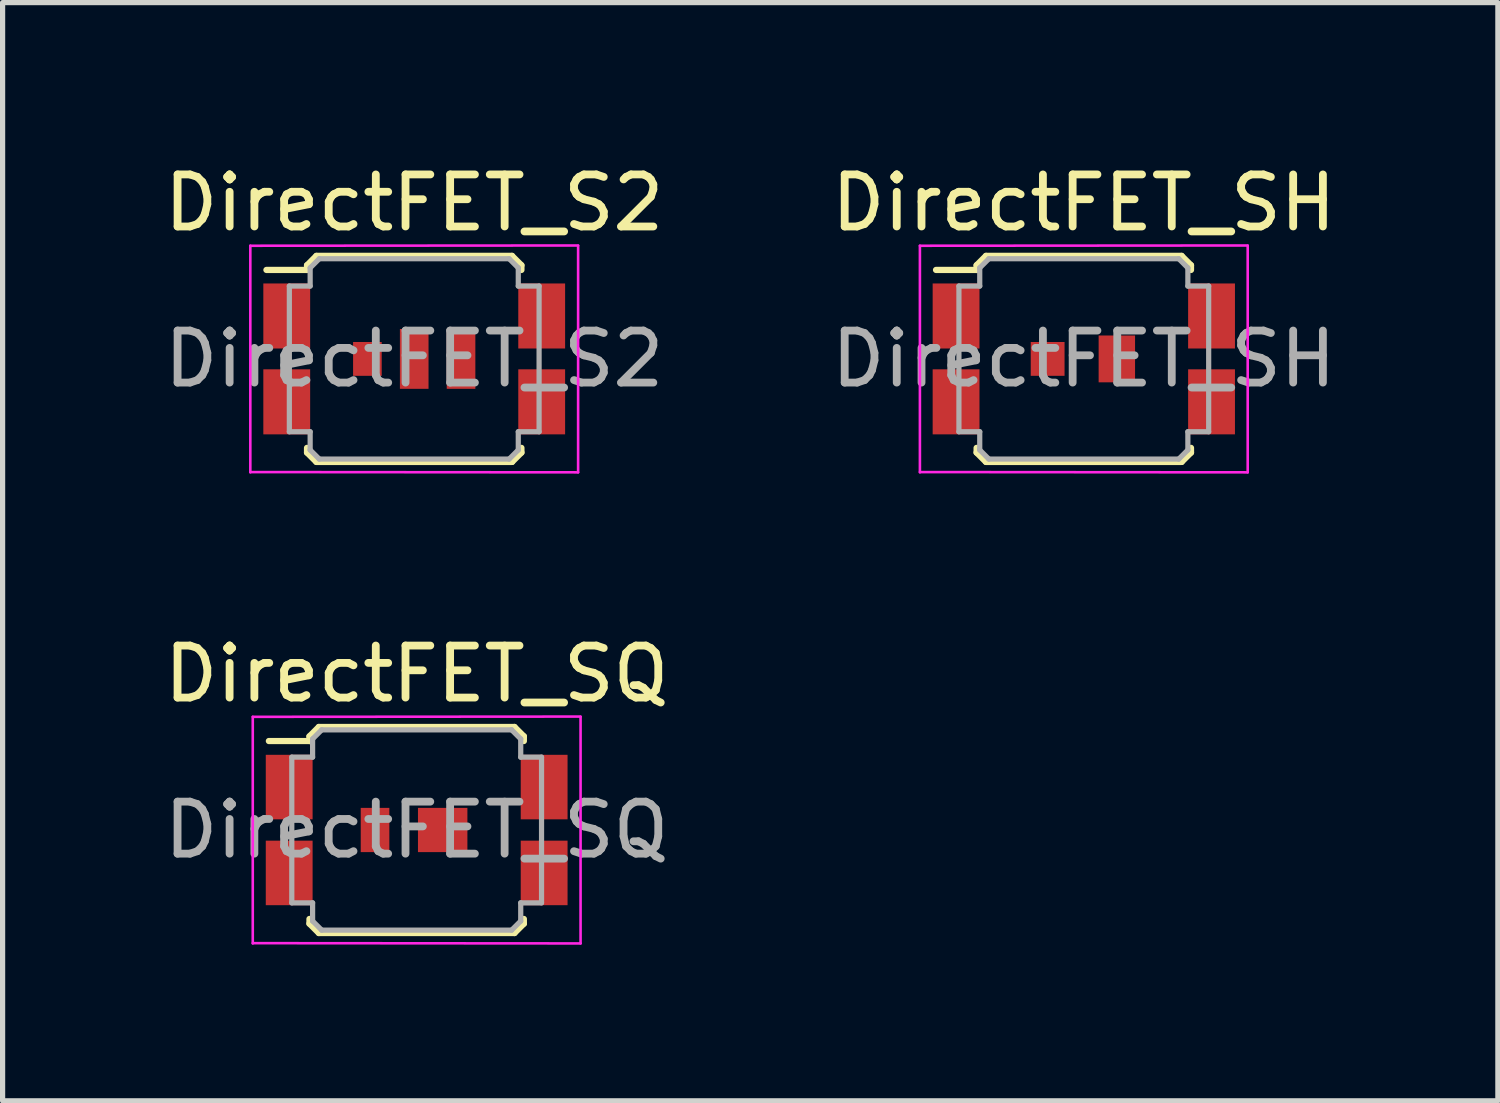
<source format=kicad_pcb>
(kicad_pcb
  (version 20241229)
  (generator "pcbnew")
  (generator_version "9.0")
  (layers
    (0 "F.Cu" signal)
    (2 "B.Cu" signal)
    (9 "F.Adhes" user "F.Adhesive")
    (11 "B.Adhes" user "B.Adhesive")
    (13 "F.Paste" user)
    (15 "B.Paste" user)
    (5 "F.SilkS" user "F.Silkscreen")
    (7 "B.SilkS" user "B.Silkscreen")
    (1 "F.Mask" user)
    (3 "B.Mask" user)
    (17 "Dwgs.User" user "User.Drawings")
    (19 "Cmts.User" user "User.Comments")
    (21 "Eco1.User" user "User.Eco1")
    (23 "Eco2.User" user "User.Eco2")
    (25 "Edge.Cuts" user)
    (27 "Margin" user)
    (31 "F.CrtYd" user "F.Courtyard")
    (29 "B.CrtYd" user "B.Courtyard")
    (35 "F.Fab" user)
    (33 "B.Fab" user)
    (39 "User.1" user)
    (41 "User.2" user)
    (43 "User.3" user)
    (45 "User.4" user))
  (footprint "DirectFET_SH"
    (layer "F.Cu")
    (at 17.78 3.848)
    (property "Reference" "DirectFET_SH" (at 0 -3 0) (layer "F.SilkS") (effects (font (size 1 1) (thickness 0.15))))
    (attr smd)
    (fp_line (start -2.84 -1.71) (end -2.06 -1.71) (stroke (width 0.12) (type solid)) (layer "F.SilkS"))
    (fp_line (start -2.06 -1.8) (end -1.88 -1.98) (stroke (width 0.12) (type solid)) (layer "F.SilkS"))
    (fp_line (start -2.06 -1.71) (end -2.06 -1.8) (stroke (width 0.12) (type solid)) (layer "F.SilkS"))
    (fp_line (start -2.06 1.71) (end -2.06 1.8) (stroke (width 0.12) (type solid)) (layer "F.SilkS"))
    (fp_line (start -2.06 1.8) (end -1.88 1.98) (stroke (width 0.12) (type solid)) (layer "F.SilkS"))
    (fp_line (start -1.88 -1.98) (end 1.88 -1.98) (stroke (width 0.12) (type solid)) (layer "F.SilkS"))
    (fp_line (start -1.88 1.98) (end 1.88 1.98) (stroke (width 0.12) (type solid)) (layer "F.SilkS"))
    (fp_line (start 2.06 -1.8) (end 1.88 -1.98) (stroke (width 0.12) (type solid)) (layer "F.SilkS"))
    (fp_line (start 2.06 -1.71) (end 2.06 -1.8) (stroke (width 0.12) (type solid)) (layer "F.SilkS"))
    (fp_line (start 2.06 1.71) (end 2.06 1.8) (stroke (width 0.12) (type solid)) (layer "F.SilkS"))
    (fp_line (start 2.06 1.8) (end 1.88 1.98) (stroke (width 0.12) (type solid)) (layer "F.SilkS"))
    (fp_line (start -3.15 -2.175) (end -3.15 2.18) (stroke (width 0.05) (type solid)) (layer "F.CrtYd"))
    (fp_line (start -3.15 -2.175) (end 3.15 -2.18) (stroke (width 0.05) (type solid)) (layer "F.CrtYd"))
    (fp_line (start -3.15 2.175) (end 3.15 2.18) (stroke (width 0.05) (type solid)) (layer "F.CrtYd"))
    (fp_line (start 3.15 -2.175) (end 3.15 2.18) (stroke (width 0.05) (type solid)) (layer "F.CrtYd"))
    (fp_line (start -2.4 -1.4) (end -2 -1.4) (stroke (width 0.1) (type solid)) (layer "F.Fab"))
    (fp_line (start -2.4 1.4) (end -2.4 -1.4) (stroke (width 0.1) (type solid)) (layer "F.Fab"))
    (fp_line (start -2.4 1.4) (end -2 1.4) (stroke (width 0.1) (type solid)) (layer "F.Fab"))
    (fp_line (start -2 -1.75) (end -1.825 -1.925) (stroke (width 0.1) (type solid)) (layer "F.Fab"))
    (fp_line (start -2 -1.4) (end -2 -1.75) (stroke (width 0.1) (type solid)) (layer "F.Fab"))
    (fp_line (start -2 1.4) (end -2 1.75) (stroke (width 0.1) (type solid)) (layer "F.Fab"))
    (fp_line (start -2 1.75) (end -1.825 1.925) (stroke (width 0.1) (type solid)) (layer "F.Fab"))
    (fp_line (start -1.825 -1.925) (end 1.825 -1.925) (stroke (width 0.1) (type solid)) (layer "F.Fab"))
    (fp_line (start -1.825 1.925) (end 1.825 1.925) (stroke (width 0.1) (type solid)) (layer "F.Fab"))
    (fp_line (start 1.825 -1.925) (end 2 -1.75) (stroke (width 0.1) (type solid)) (layer "F.Fab"))
    (fp_line (start 1.825 1.925) (end 2 1.75) (stroke (width 0.1) (type solid)) (layer "F.Fab"))
    (fp_line (start 2 -1.4) (end 2 -1.75) (stroke (width 0.1) (type solid)) (layer "F.Fab"))
    (fp_line (start 2 1.4) (end 2 1.75) (stroke (width 0.1) (type solid)) (layer "F.Fab"))
    (fp_line (start 2.4 -1.4) (end 2 -1.4) (stroke (width 0.1) (type solid)) (layer "F.Fab"))
    (fp_line (start 2.4 1.4) (end 2 1.4) (stroke (width 0.1) (type solid)) (layer "F.Fab"))
    (fp_line (start 2.4 1.4) (end 2.4 -1.4) (stroke (width 0.1) (type solid)) (layer "F.Fab"))
    (fp_text user "${REFERENCE}" (at 0 0 0) (layer "F.Fab") (effects (font (size 1 1) (thickness 0.15))))
    (pad "1" smd rect (at -2.455 -0.825) (size 0.9 1.25) (layers "F.Cu" "F.Mask" "F.Paste"))
    (pad "1" smd rect (at -2.455 0.825) (size 0.9 1.25) (layers "F.Cu" "F.Mask" "F.Paste"))
    (pad "1" smd rect (at 2.455 -0.825) (size 0.9 1.25) (layers "F.Cu" "F.Mask" "F.Paste"))
    (pad "1" smd rect (at 2.455 0.825) (size 0.9 1.25) (layers "F.Cu" "F.Mask" "F.Paste"))
    (pad "2" smd rect (at -0.695 0) (size 0.65 0.65) (layers "F.Cu" "F.Mask" "F.Paste"))
    (pad "3" smd rect (at 0.635 0) (size 0.7 0.9) (layers "F.Cu" "F.Mask" "F.Paste")))
  (footprint "DirectFET_SQ"
    (layer "F.Cu")
    (at 4.958 12.902)
    (property "Reference" "DirectFET_SQ" (at 0 -3 0) (layer "F.SilkS") (effects (font (size 1 1) (thickness 0.15))))
    (attr smd)
    (fp_line (start -2.84 -1.71) (end -2.06 -1.71) (stroke (width 0.12) (type solid)) (layer "F.SilkS"))
    (fp_line (start -2.06 -1.8) (end -1.88 -1.98) (stroke (width 0.12) (type solid)) (layer "F.SilkS"))
    (fp_line (start -2.06 -1.71) (end -2.06 -1.8) (stroke (width 0.12) (type solid)) (layer "F.SilkS"))
    (fp_line (start -2.06 1.71) (end -2.06 1.8) (stroke (width 0.12) (type solid)) (layer "F.SilkS"))
    (fp_line (start -2.06 1.8) (end -1.88 1.98) (stroke (width 0.12) (type solid)) (layer "F.SilkS"))
    (fp_line (start -1.88 -1.98) (end 1.88 -1.98) (stroke (width 0.12) (type solid)) (layer "F.SilkS"))
    (fp_line (start -1.88 1.98) (end 1.88 1.98) (stroke (width 0.12) (type solid)) (layer "F.SilkS"))
    (fp_line (start 2.06 -1.8) (end 1.88 -1.98) (stroke (width 0.12) (type solid)) (layer "F.SilkS"))
    (fp_line (start 2.06 -1.71) (end 2.06 -1.8) (stroke (width 0.12) (type solid)) (layer "F.SilkS"))
    (fp_line (start 2.06 1.71) (end 2.06 1.8) (stroke (width 0.12) (type solid)) (layer "F.SilkS"))
    (fp_line (start 2.06 1.8) (end 1.88 1.98) (stroke (width 0.12) (type solid)) (layer "F.SilkS"))
    (fp_line (start -3.15 -2.175) (end -3.15 2.18) (stroke (width 0.05) (type solid)) (layer "F.CrtYd"))
    (fp_line (start -3.15 -2.175) (end 3.15 -2.18) (stroke (width 0.05) (type solid)) (layer "F.CrtYd"))
    (fp_line (start -3.15 2.175) (end 3.15 2.18) (stroke (width 0.05) (type solid)) (layer "F.CrtYd"))
    (fp_line (start 3.15 -2.175) (end 3.15 2.18) (stroke (width 0.05) (type solid)) (layer "F.CrtYd"))
    (fp_line (start -2.4 -1.4) (end -2 -1.4) (stroke (width 0.1) (type solid)) (layer "F.Fab"))
    (fp_line (start -2.4 1.4) (end -2.4 -1.4) (stroke (width 0.1) (type solid)) (layer "F.Fab"))
    (fp_line (start -2.4 1.4) (end -2 1.4) (stroke (width 0.1) (type solid)) (layer "F.Fab"))
    (fp_line (start -2 -1.75) (end -1.825 -1.925) (stroke (width 0.1) (type solid)) (layer "F.Fab"))
    (fp_line (start -2 -1.4) (end -2 -1.75) (stroke (width 0.1) (type solid)) (layer "F.Fab"))
    (fp_line (start -2 1.4) (end -2 1.75) (stroke (width 0.1) (type solid)) (layer "F.Fab"))
    (fp_line (start -2 1.75) (end -1.825 1.925) (stroke (width 0.1) (type solid)) (layer "F.Fab"))
    (fp_line (start -1.825 -1.925) (end 1.825 -1.925) (stroke (width 0.1) (type solid)) (layer "F.Fab"))
    (fp_line (start -1.825 1.925) (end 1.825 1.925) (stroke (width 0.1) (type solid)) (layer "F.Fab"))
    (fp_line (start 1.825 -1.925) (end 2 -1.75) (stroke (width 0.1) (type solid)) (layer "F.Fab"))
    (fp_line (start 1.825 1.925) (end 2 1.75) (stroke (width 0.1) (type solid)) (layer "F.Fab"))
    (fp_line (start 2 -1.4) (end 2 -1.75) (stroke (width 0.1) (type solid)) (layer "F.Fab"))
    (fp_line (start 2 1.4) (end 2 1.75) (stroke (width 0.1) (type solid)) (layer "F.Fab"))
    (fp_line (start 2.4 -1.4) (end 2 -1.4) (stroke (width 0.1) (type solid)) (layer "F.Fab"))
    (fp_line (start 2.4 1.4) (end 2 1.4) (stroke (width 0.1) (type solid)) (layer "F.Fab"))
    (fp_line (start 2.4 1.4) (end 2.4 -1.4) (stroke (width 0.1) (type solid)) (layer "F.Fab"))
    (fp_text user "${REFERENCE}" (at 0 0 0) (layer "F.Fab") (effects (font (size 1 1) (thickness 0.15))))
    (pad "1" smd rect (at -2.45 -0.825) (size 0.9 1.24) (layers "F.Cu" "F.Mask" "F.Paste"))
    (pad "1" smd rect (at -2.45 0.825) (size 0.9 1.24) (layers "F.Cu" "F.Mask" "F.Paste"))
    (pad "1" smd rect (at 2.45 -0.825) (size 0.9 1.24) (layers "F.Cu" "F.Mask" "F.Paste"))
    (pad "1" smd rect (at 2.45 0.825) (size 0.9 1.24) (layers "F.Cu" "F.Mask" "F.Paste"))
    (pad "2" smd rect (at -0.8 0) (size 0.55 0.85) (layers "F.Cu" "F.Mask" "F.Paste"))
    (pad "3" smd rect (at 0.5 0) (size 0.95 0.85) (layers "F.Cu" "F.Mask" "F.Paste")))
  (footprint "DirectFET_S2"
    (layer "F.Cu")
    (at 4.911 3.848)
    (property "Reference" "DirectFET_S2" (at 0 -3 0) (layer "F.SilkS") (effects (font (size 1 1) (thickness 0.15))))
    (attr smd)
    (fp_line (start -2.84 -1.71) (end -2.06 -1.71) (stroke (width 0.12) (type solid)) (layer "F.SilkS"))
    (fp_line (start -2.06 -1.8) (end -1.88 -1.98) (stroke (width 0.12) (type solid)) (layer "F.SilkS"))
    (fp_line (start -2.06 -1.71) (end -2.06 -1.8) (stroke (width 0.12) (type solid)) (layer "F.SilkS"))
    (fp_line (start -2.06 1.71) (end -2.06 1.8) (stroke (width 0.12) (type solid)) (layer "F.SilkS"))
    (fp_line (start -2.06 1.8) (end -1.88 1.98) (stroke (width 0.12) (type solid)) (layer "F.SilkS"))
    (fp_line (start -1.88 -1.98) (end 1.88 -1.98) (stroke (width 0.12) (type solid)) (layer "F.SilkS"))
    (fp_line (start -1.88 1.98) (end 1.88 1.98) (stroke (width 0.12) (type solid)) (layer "F.SilkS"))
    (fp_line (start 2.06 -1.8) (end 1.88 -1.98) (stroke (width 0.12) (type solid)) (layer "F.SilkS"))
    (fp_line (start 2.06 -1.71) (end 2.06 -1.8) (stroke (width 0.12) (type solid)) (layer "F.SilkS"))
    (fp_line (start 2.06 1.71) (end 2.06 1.8) (stroke (width 0.12) (type solid)) (layer "F.SilkS"))
    (fp_line (start 2.06 1.8) (end 1.88 1.98) (stroke (width 0.12) (type solid)) (layer "F.SilkS"))
    (fp_line (start -3.15 -2.175) (end -3.15 2.18) (stroke (width 0.05) (type solid)) (layer "F.CrtYd"))
    (fp_line (start -3.15 -2.175) (end 3.15 -2.18) (stroke (width 0.05) (type solid)) (layer "F.CrtYd"))
    (fp_line (start -3.15 2.175) (end 3.15 2.18) (stroke (width 0.05) (type solid)) (layer "F.CrtYd"))
    (fp_line (start 3.15 -2.175) (end 3.15 2.18) (stroke (width 0.05) (type solid)) (layer "F.CrtYd"))
    (fp_line (start -2.4 -1.4) (end -2 -1.4) (stroke (width 0.1) (type solid)) (layer "F.Fab"))
    (fp_line (start -2.4 1.4) (end -2.4 -1.4) (stroke (width 0.1) (type solid)) (layer "F.Fab"))
    (fp_line (start -2.4 1.4) (end -2 1.4) (stroke (width 0.1) (type solid)) (layer "F.Fab"))
    (fp_line (start -2 -1.75) (end -1.825 -1.925) (stroke (width 0.1) (type solid)) (layer "F.Fab"))
    (fp_line (start -2 -1.4) (end -2 -1.75) (stroke (width 0.1) (type solid)) (layer "F.Fab"))
    (fp_line (start -2 1.4) (end -2 1.75) (stroke (width 0.1) (type solid)) (layer "F.Fab"))
    (fp_line (start -2 1.75) (end -1.825 1.925) (stroke (width 0.1) (type solid)) (layer "F.Fab"))
    (fp_line (start -1.825 -1.925) (end 1.825 -1.925) (stroke (width 0.1) (type solid)) (layer "F.Fab"))
    (fp_line (start -1.825 1.925) (end 1.825 1.925) (stroke (width 0.1) (type solid)) (layer "F.Fab"))
    (fp_line (start 1.825 -1.925) (end 2 -1.75) (stroke (width 0.1) (type solid)) (layer "F.Fab"))
    (fp_line (start 1.825 1.925) (end 2 1.75) (stroke (width 0.1) (type solid)) (layer "F.Fab"))
    (fp_line (start 2 -1.4) (end 2 -1.75) (stroke (width 0.1) (type solid)) (layer "F.Fab"))
    (fp_line (start 2 1.4) (end 2 1.75) (stroke (width 0.1) (type solid)) (layer "F.Fab"))
    (fp_line (start 2.4 -1.4) (end 2 -1.4) (stroke (width 0.1) (type solid)) (layer "F.Fab"))
    (fp_line (start 2.4 1.4) (end 2 1.4) (stroke (width 0.1) (type solid)) (layer "F.Fab"))
    (fp_line (start 2.4 1.4) (end 2.4 -1.4) (stroke (width 0.1) (type solid)) (layer "F.Fab"))
    (fp_text user "${REFERENCE}" (at 0 0 0) (layer "F.Fab") (effects (font (size 1 1) (thickness 0.15))))
    (pad "1" smd rect (at -2.45 -0.825) (size 0.9 1.25) (layers "F.Cu" "F.Mask" "F.Paste"))
    (pad "1" smd rect (at -2.45 0.825) (size 0.9 1.25) (layers "F.Cu" "F.Mask" "F.Paste"))
    (pad "1" smd rect (at 2.45 -0.825) (size 0.9 1.25) (layers "F.Cu" "F.Mask" "F.Paste"))
    (pad "1" smd rect (at 2.45 0.825) (size 0.9 1.25) (layers "F.Cu" "F.Mask" "F.Paste"))
    (pad "2" smd rect (at -0.9 0) (size 0.55 0.65) (layers "F.Cu" "F.Mask" "F.Paste"))
    (pad "3" smd rect (at 0 0) (size 0.55 1.15) (layers "F.Cu" "F.Mask" "F.Paste"))
    (pad "3" smd rect (at 0.9 0) (size 0.55 1.15) (layers "F.Cu" "F.Mask" "F.Paste")))
  (gr_rect
    (start -3 -3)
    (end 25.738 18.107)
    (stroke (width 0.1) (type default))
    (fill no)
    (layer "Edge.Cuts")))
</source>
